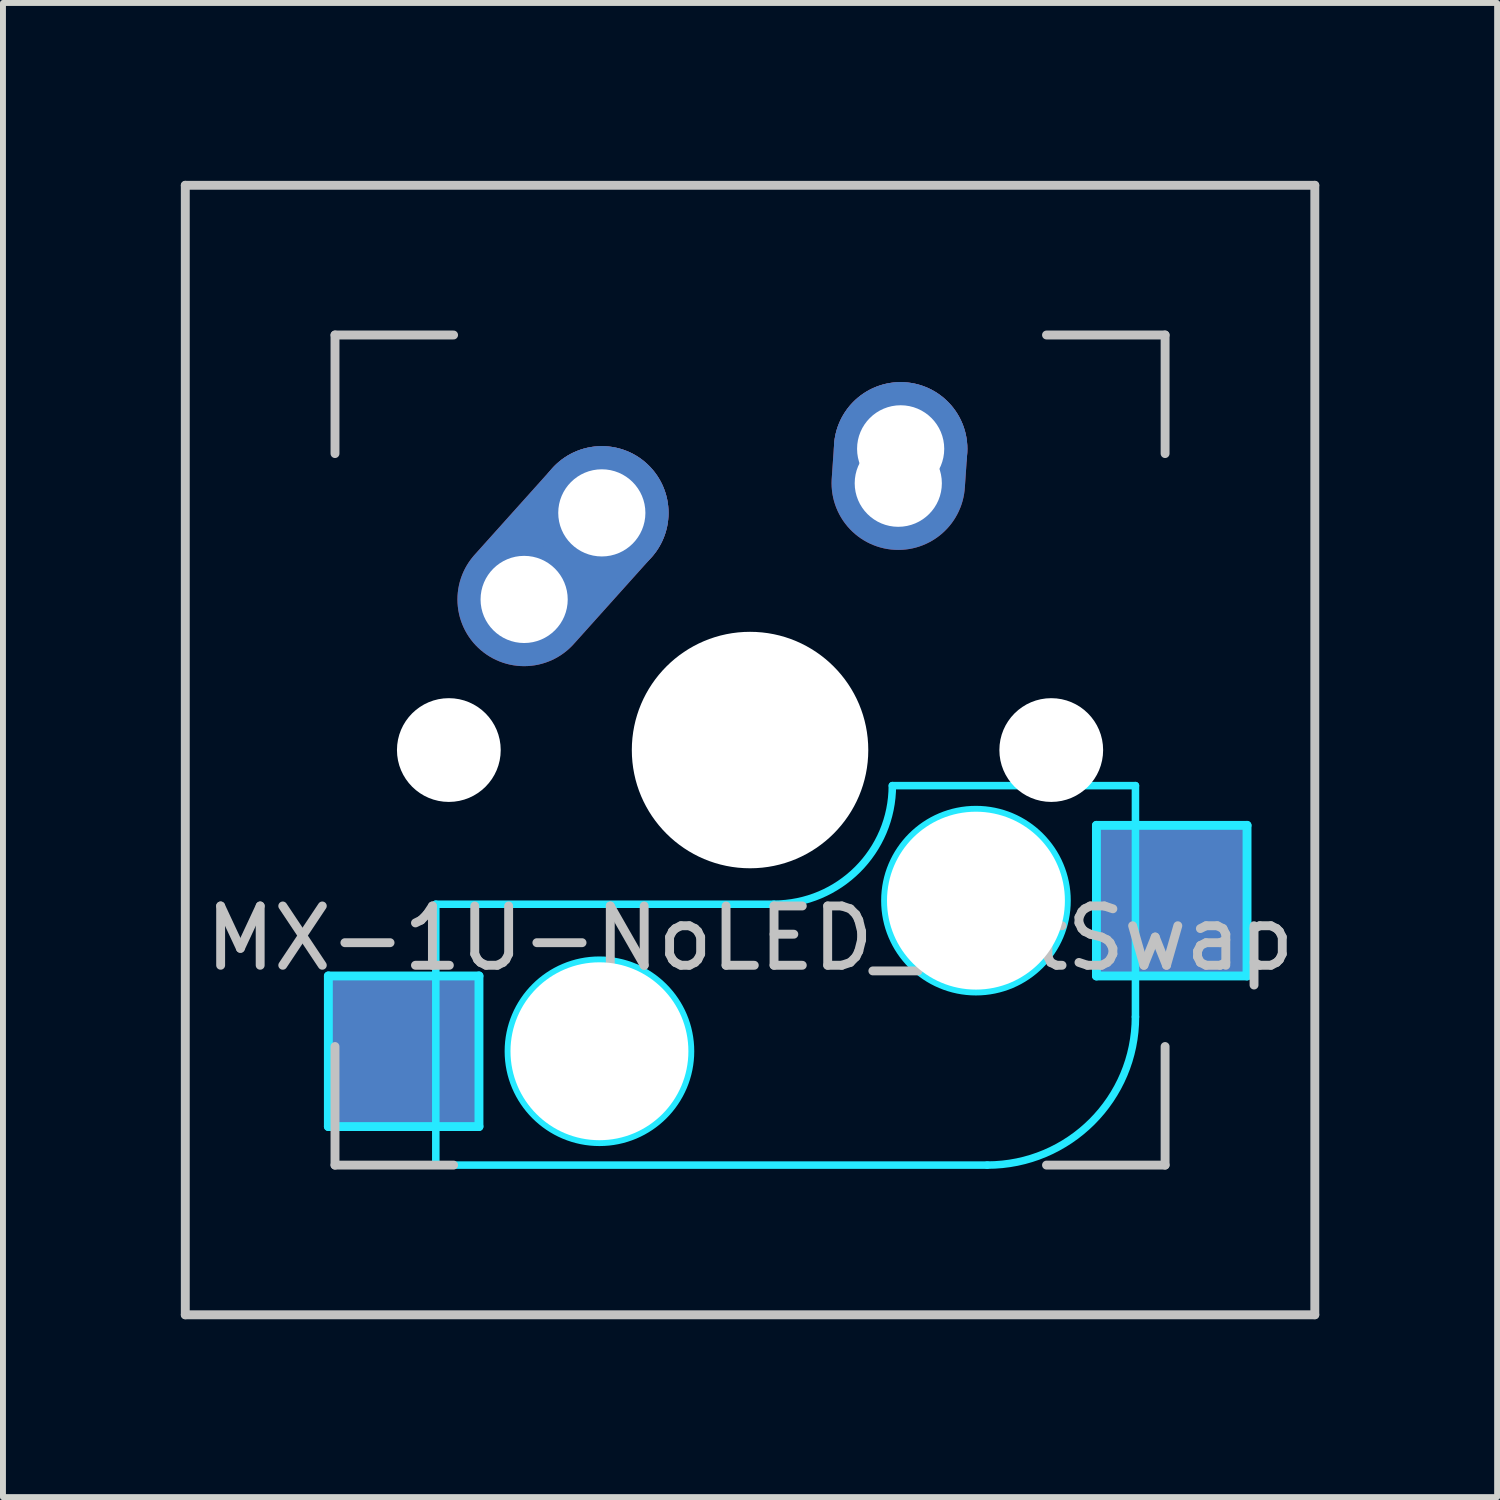
<source format=kicad_pcb>
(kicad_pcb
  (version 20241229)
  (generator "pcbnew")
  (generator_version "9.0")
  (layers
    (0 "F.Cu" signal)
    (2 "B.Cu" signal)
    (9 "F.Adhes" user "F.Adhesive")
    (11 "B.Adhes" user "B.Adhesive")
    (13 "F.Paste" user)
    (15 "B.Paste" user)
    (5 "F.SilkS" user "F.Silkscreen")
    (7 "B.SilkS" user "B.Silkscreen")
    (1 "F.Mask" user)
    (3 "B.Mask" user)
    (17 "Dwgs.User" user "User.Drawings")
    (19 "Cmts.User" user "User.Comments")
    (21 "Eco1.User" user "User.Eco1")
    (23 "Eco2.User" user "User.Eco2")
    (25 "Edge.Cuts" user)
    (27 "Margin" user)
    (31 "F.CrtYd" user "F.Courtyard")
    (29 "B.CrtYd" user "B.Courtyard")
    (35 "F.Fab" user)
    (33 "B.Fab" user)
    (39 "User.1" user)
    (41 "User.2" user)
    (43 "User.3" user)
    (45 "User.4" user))
  (footprint "MX-1U-NoLED_HotSwap"
    (layer "F.Cu")
    (at 9.6 9.6)
    (property "Reference" "MX-1U-NoLED_HotSwap" (at 0 3.175 0) (layer "Dwgs.User") (effects (font (size 1 1) (thickness 0.15))))
    (attr through_hole)
    (fp_line (start -9.525 -9.525) (end 9.525 -9.525) (stroke (width 0.15) (type solid)) (layer "Dwgs.User"))
    (fp_line (start -9.525 9.525) (end -9.525 -9.525) (stroke (width 0.15) (type solid)) (layer "Dwgs.User"))
    (fp_line (start -7 -7) (end -7 -5) (stroke (width 0.15) (type solid)) (layer "Dwgs.User"))
    (fp_line (start -7 5) (end -7 7) (stroke (width 0.15) (type solid)) (layer "Dwgs.User"))
    (fp_line (start -7 7) (end -5 7) (stroke (width 0.15) (type solid)) (layer "Dwgs.User"))
    (fp_line (start -5 -7) (end -7 -7) (stroke (width 0.15) (type solid)) (layer "Dwgs.User"))
    (fp_line (start 5 -7) (end 7 -7) (stroke (width 0.15) (type solid)) (layer "Dwgs.User"))
    (fp_line (start 5 7) (end 7 7) (stroke (width 0.15) (type solid)) (layer "Dwgs.User"))
    (fp_line (start 7 -7) (end 7 -5) (stroke (width 0.15) (type solid)) (layer "Dwgs.User"))
    (fp_line (start 7 7) (end 7 5) (stroke (width 0.15) (type solid)) (layer "Dwgs.User"))
    (fp_line (start 9.525 -9.525) (end 9.525 9.525) (stroke (width 0.15) (type solid)) (layer "Dwgs.User"))
    (fp_line (start 9.525 9.525) (end -9.525 9.525) (stroke (width 0.15) (type solid)) (layer "Dwgs.User"))
    (fp_line (start -7.112 3.81) (end -4.572 3.81) (stroke (width 0.15) (type solid)) (layer "B.CrtYd"))
    (fp_line (start -7.112 6.35) (end -7.112 3.81) (stroke (width 0.15) (type solid)) (layer "B.CrtYd"))
    (fp_line (start -5.3 7) (end -5.3 2.6) (stroke (width 0.127) (type solid)) (layer "B.CrtYd"))
    (fp_line (start -5.3 7) (end 4 7) (stroke (width 0.127) (type solid)) (layer "B.CrtYd"))
    (fp_line (start -4.572 3.81) (end -4.572 6.35) (stroke (width 0.15) (type solid)) (layer "B.CrtYd"))
    (fp_line (start -4.572 6.35) (end -7.112 6.35) (stroke (width 0.15) (type solid)) (layer "B.CrtYd"))
    (fp_line (start 0.4 2.6) (end -5.3 2.6) (stroke (width 0.127) (type solid)) (layer "B.CrtYd"))
    (fp_line (start 5.842 1.27) (end 5.842 3.81) (stroke (width 0.15) (type solid)) (layer "B.CrtYd"))
    (fp_line (start 5.842 3.81) (end 8.382 3.81) (stroke (width 0.15) (type solid)) (layer "B.CrtYd"))
    (fp_line (start 6.5 0.6) (end 2.4 0.6) (stroke (width 0.127) (type solid)) (layer "B.CrtYd"))
    (fp_line (start 6.5 4.5) (end 6.5 0.6) (stroke (width 0.127) (type solid)) (layer "B.CrtYd"))
    (fp_line (start 8.382 1.27) (end 5.842 1.27) (stroke (width 0.15) (type solid)) (layer "B.CrtYd"))
    (fp_line (start 8.382 3.81) (end 8.382 1.27) (stroke (width 0.15) (type solid)) (layer "B.CrtYd"))
    (fp_arc (start 2.4 0.6) (mid 1.814214 2.014214) (end 0.4 2.6) (stroke (width 0.127) (type solid)) (layer "B.CrtYd"))
    (fp_arc (start 6.5 4.5) (mid 5.767767 6.267767) (end 4 7) (stroke (width 0.127) (type solid)) (layer "B.CrtYd"))
    (fp_circle (center -2.54 5.08) (end -2.54 6.604) (stroke (width 0.15) (type solid)) (fill no) (layer "B.CrtYd"))
    (fp_circle (center 3.81 2.54) (end 3.81 4.064) (stroke (width 0.15) (type solid)) (fill no) (layer "B.CrtYd"))
    (pad "" np_thru_hole circle (at -5.08 0 48.1) (size 1.75 1.75) (drill 1.75) (layers "*.Cu" "*.Mask"))
    (pad "" np_thru_hole circle (at -2.54 5.08 180) (size 3 3) (drill 3) (layers "*.Cu" "*.Mask"))
    (pad "" np_thru_hole circle (at 0 0) (size 3.988 3.988) (drill 3.988) (layers "*.Cu" "*.Mask"))
    (pad "" np_thru_hole circle (at 3.81 2.54 180) (size 3 3) (drill 3) (layers "*.Cu" "*.Mask"))
    (pad "" np_thru_hole circle (at 5.08 0 48.1) (size 1.75 1.75) (drill 1.75) (layers "*.Cu" "*.Mask"))
    (pad "1" smd rect (at -5.842 5.08 180) (size 2.55 2.5) (layers "B.Cu" "B.Mask" "B.Paste"))
    (pad "1" thru_hole oval (at -3.81 -2.54 48.1) (size 4.212 2.25) (drill 1.47 (offset 0.981 0)) (layers "*.Cu" "B.Mask"))
    (pad "1" thru_hole circle (at -2.5 -4) (size 2.25 2.25) (drill 1.47) (layers "*.Cu" "B.Mask"))
    (pad "2" thru_hole oval (at 2.5 -4.5 86.055) (size 2.831 2.25) (drill 1.47 (offset 0.291 0)) (layers "*.Cu" "B.Mask"))
    (pad "2" thru_hole circle (at 2.54 -5.08) (size 2.25 2.25) (drill 1.47) (layers "*.Cu" "B.Mask"))
    (pad "2" smd rect (at 7.085 2.54 180) (size 2.55 2.5) (layers "B.Cu" "B.Mask" "B.Paste")))
  (gr_rect
    (start -3 -3)
    (end 22.2 22.2)
    (stroke (width 0.1) (type default))
    (fill no)
    (layer "Edge.Cuts")))
</source>
